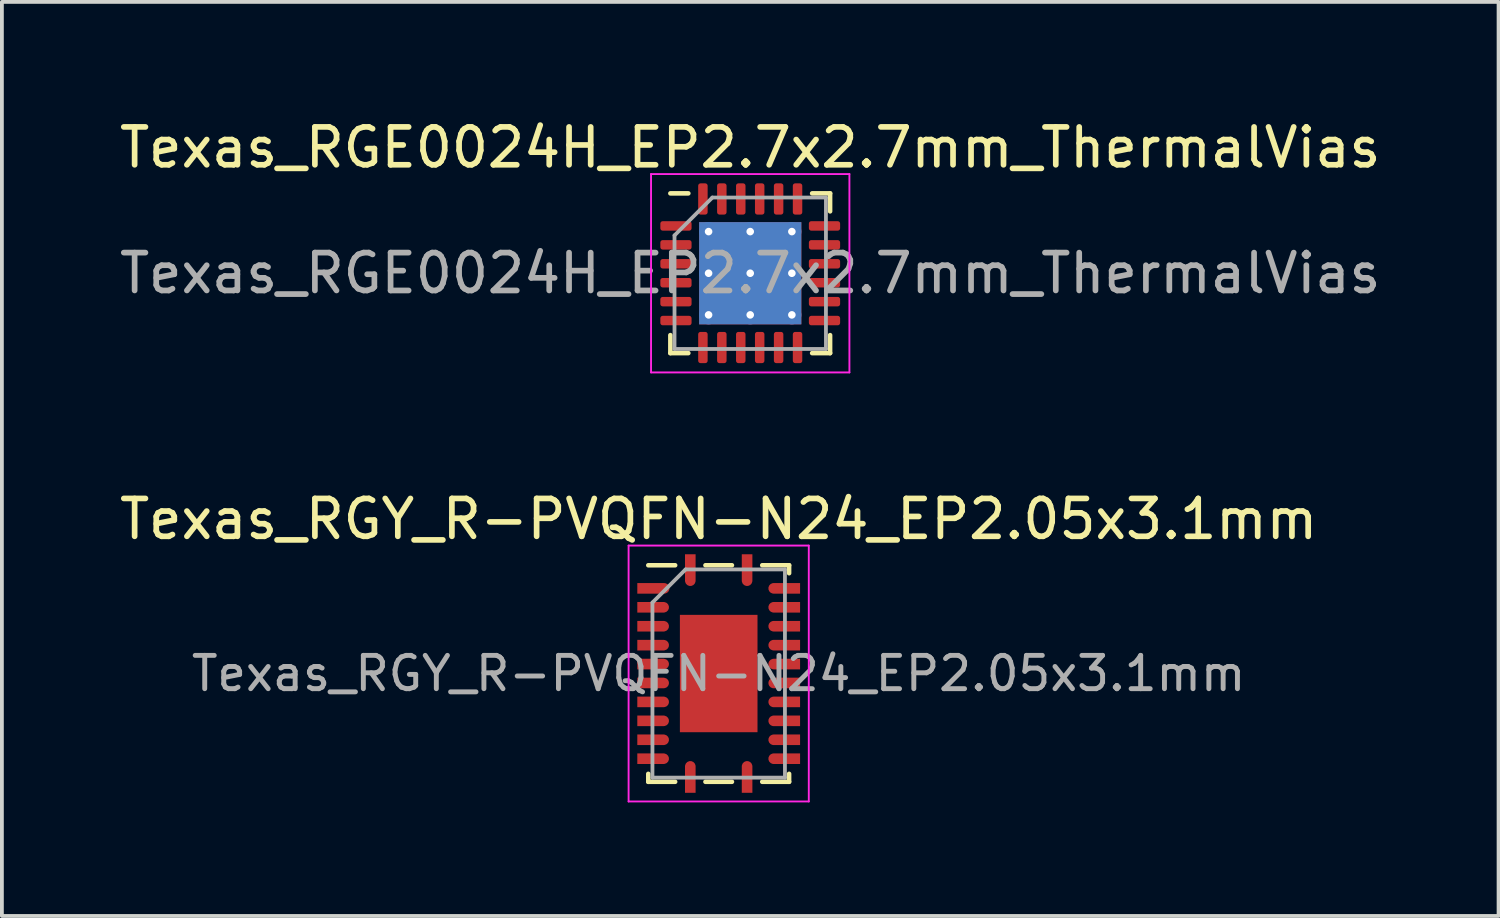
<source format=kicad_pcb>
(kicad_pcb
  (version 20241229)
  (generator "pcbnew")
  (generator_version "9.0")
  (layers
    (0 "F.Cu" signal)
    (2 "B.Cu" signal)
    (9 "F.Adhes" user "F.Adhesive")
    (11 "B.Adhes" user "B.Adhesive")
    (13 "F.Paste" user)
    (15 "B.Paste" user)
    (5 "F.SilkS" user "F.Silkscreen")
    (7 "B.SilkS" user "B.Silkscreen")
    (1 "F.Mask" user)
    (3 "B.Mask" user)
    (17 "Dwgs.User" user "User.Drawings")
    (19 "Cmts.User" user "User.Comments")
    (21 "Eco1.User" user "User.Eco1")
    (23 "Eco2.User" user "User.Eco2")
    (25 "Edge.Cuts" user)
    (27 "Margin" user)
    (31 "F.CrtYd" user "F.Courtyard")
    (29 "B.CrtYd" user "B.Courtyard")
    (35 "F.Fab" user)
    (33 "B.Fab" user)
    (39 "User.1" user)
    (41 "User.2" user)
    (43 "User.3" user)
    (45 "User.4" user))
  (footprint "Texas_RGE0024H_EP2.7x2.7mm_ThermalVias"
    (layer "F.Cu")
    (at 16.768 4.168)
    (property "Reference" "Texas_RGE0024H_EP2.7x2.7mm_ThermalVias" (at 0 -3.32 0) (layer "F.SilkS") (effects (font (size 1 1) (thickness 0.15))))
    (attr smd)
    (fp_line (start -2.11 2.11) (end -2.11 1.635) (stroke (width 0.12) (type solid)) (layer "F.SilkS"))
    (fp_line (start -1.635 -2.11) (end -2.11 -2.11) (stroke (width 0.12) (type solid)) (layer "F.SilkS"))
    (fp_line (start -1.635 2.11) (end -2.11 2.11) (stroke (width 0.12) (type solid)) (layer "F.SilkS"))
    (fp_line (start 1.635 -2.11) (end 2.11 -2.11) (stroke (width 0.12) (type solid)) (layer "F.SilkS"))
    (fp_line (start 1.635 2.11) (end 2.11 2.11) (stroke (width 0.12) (type solid)) (layer "F.SilkS"))
    (fp_line (start 2.11 -2.11) (end 2.11 -1.635) (stroke (width 0.12) (type solid)) (layer "F.SilkS"))
    (fp_line (start 2.11 2.11) (end 2.11 1.635) (stroke (width 0.12) (type solid)) (layer "F.SilkS"))
    (fp_line (start -2.62 -2.62) (end -2.62 2.62) (stroke (width 0.05) (type solid)) (layer "F.CrtYd"))
    (fp_line (start -2.62 2.62) (end 2.62 2.62) (stroke (width 0.05) (type solid)) (layer "F.CrtYd"))
    (fp_line (start 2.62 -2.62) (end -2.62 -2.62) (stroke (width 0.05) (type solid)) (layer "F.CrtYd"))
    (fp_line (start 2.62 2.62) (end 2.62 -2.62) (stroke (width 0.05) (type solid)) (layer "F.CrtYd"))
    (fp_line (start -2 -1) (end -1 -2) (stroke (width 0.1) (type solid)) (layer "F.Fab"))
    (fp_line (start -2 2) (end -2 -1) (stroke (width 0.1) (type solid)) (layer "F.Fab"))
    (fp_line (start -1 -2) (end 2 -2) (stroke (width 0.1) (type solid)) (layer "F.Fab"))
    (fp_line (start 2 -2) (end 2 2) (stroke (width 0.1) (type solid)) (layer "F.Fab"))
    (fp_line (start 2 2) (end -2 2) (stroke (width 0.1) (type solid)) (layer "F.Fab"))
    (fp_text user "${REFERENCE}" (at 0 0 0) (layer "F.Fab") (effects (font (size 1 1) (thickness 0.15))))
    (pad "" smd roundrect (at -0.675 -0.675) (size 1.17 1.17) (layers "F.Paste") (roundrect_rratio 0.214))
    (pad "" smd roundrect (at -0.675 0.675) (size 1.17 1.17) (layers "F.Paste") (roundrect_rratio 0.214))
    (pad "" smd roundrect (at 0.675 -0.675) (size 1.17 1.17) (layers "F.Paste") (roundrect_rratio 0.214))
    (pad "" smd roundrect (at 0.675 0.675) (size 1.17 1.17) (layers "F.Paste") (roundrect_rratio 0.214))
    (pad "1" smd roundrect (at -1.962 -1.25) (size 0.825 0.25) (layers "F.Cu" "F.Mask" "F.Paste") (roundrect_rratio 0.25))
    (pad "2" smd roundrect (at -1.962 -0.75) (size 0.825 0.25) (layers "F.Cu" "F.Mask" "F.Paste") (roundrect_rratio 0.25))
    (pad "3" smd roundrect (at -1.962 -0.25) (size 0.825 0.25) (layers "F.Cu" "F.Mask" "F.Paste") (roundrect_rratio 0.25))
    (pad "4" smd roundrect (at -1.962 0.25) (size 0.825 0.25) (layers "F.Cu" "F.Mask" "F.Paste") (roundrect_rratio 0.25))
    (pad "5" smd roundrect (at -1.962 0.75) (size 0.825 0.25) (layers "F.Cu" "F.Mask" "F.Paste") (roundrect_rratio 0.25))
    (pad "6" smd roundrect (at -1.962 1.25) (size 0.825 0.25) (layers "F.Cu" "F.Mask" "F.Paste") (roundrect_rratio 0.25))
    (pad "7" smd roundrect (at -1.25 1.962) (size 0.25 0.825) (layers "F.Cu" "F.Mask" "F.Paste") (roundrect_rratio 0.25))
    (pad "8" smd roundrect (at -0.75 1.962) (size 0.25 0.825) (layers "F.Cu" "F.Mask" "F.Paste") (roundrect_rratio 0.25))
    (pad "9" smd roundrect (at -0.25 1.962) (size 0.25 0.825) (layers "F.Cu" "F.Mask" "F.Paste") (roundrect_rratio 0.25))
    (pad "10" smd roundrect (at 0.25 1.962) (size 0.25 0.825) (layers "F.Cu" "F.Mask" "F.Paste") (roundrect_rratio 0.25))
    (pad "11" smd roundrect (at 0.75 1.962) (size 0.25 0.825) (layers "F.Cu" "F.Mask" "F.Paste") (roundrect_rratio 0.25))
    (pad "12" smd roundrect (at 1.25 1.962) (size 0.25 0.825) (layers "F.Cu" "F.Mask" "F.Paste") (roundrect_rratio 0.25))
    (pad "13" smd roundrect (at 1.962 1.25) (size 0.825 0.25) (layers "F.Cu" "F.Mask" "F.Paste") (roundrect_rratio 0.25))
    (pad "14" smd roundrect (at 1.962 0.75) (size 0.825 0.25) (layers "F.Cu" "F.Mask" "F.Paste") (roundrect_rratio 0.25))
    (pad "15" smd roundrect (at 1.962 0.25) (size 0.825 0.25) (layers "F.Cu" "F.Mask" "F.Paste") (roundrect_rratio 0.25))
    (pad "16" smd roundrect (at 1.962 -0.25) (size 0.825 0.25) (layers "F.Cu" "F.Mask" "F.Paste") (roundrect_rratio 0.25))
    (pad "17" smd roundrect (at 1.962 -0.75) (size 0.825 0.25) (layers "F.Cu" "F.Mask" "F.Paste") (roundrect_rratio 0.25))
    (pad "18" smd roundrect (at 1.962 -1.25) (size 0.825 0.25) (layers "F.Cu" "F.Mask" "F.Paste") (roundrect_rratio 0.25))
    (pad "19" smd roundrect (at 1.25 -1.962) (size 0.25 0.825) (layers "F.Cu" "F.Mask" "F.Paste") (roundrect_rratio 0.25))
    (pad "20" smd roundrect (at 0.75 -1.962) (size 0.25 0.825) (layers "F.Cu" "F.Mask" "F.Paste") (roundrect_rratio 0.25))
    (pad "21" smd roundrect (at 0.25 -1.962) (size 0.25 0.825) (layers "F.Cu" "F.Mask" "F.Paste") (roundrect_rratio 0.25))
    (pad "22" smd roundrect (at -0.25 -1.962) (size 0.25 0.825) (layers "F.Cu" "F.Mask" "F.Paste") (roundrect_rratio 0.25))
    (pad "23" smd roundrect (at -0.75 -1.962) (size 0.25 0.825) (layers "F.Cu" "F.Mask" "F.Paste") (roundrect_rratio 0.25))
    (pad "24" smd roundrect (at -1.25 -1.962) (size 0.25 0.825) (layers "F.Cu" "F.Mask" "F.Paste") (roundrect_rratio 0.25))
    (pad "25" thru_hole circle (at -1.1 -1.1) (size 0.5 0.5) (drill 0.2) (layers "*.Cu"))
    (pad "25" thru_hole circle (at -1.1 0) (size 0.5 0.5) (drill 0.2) (layers "*.Cu"))
    (pad "25" thru_hole circle (at -1.1 1.1) (size 0.5 0.5) (drill 0.2) (layers "*.Cu"))
    (pad "25" thru_hole circle (at 0 -1.1) (size 0.5 0.5) (drill 0.2) (layers "*.Cu"))
    (pad "25" thru_hole circle (at 0 0) (size 0.5 0.5) (drill 0.2) (layers "*.Cu"))
    (pad "25" smd rect (at 0 0) (size 2.7 2.7) (layers "F.Cu" "F.Mask"))
    (pad "25" smd rect (at 0 0) (size 2.7 2.7) (layers "B.Cu"))
    (pad "25" thru_hole circle (at 0 1.1) (size 0.5 0.5) (drill 0.2) (layers "*.Cu"))
    (pad "25" thru_hole circle (at 1.1 -1.1) (size 0.5 0.5) (drill 0.2) (layers "*.Cu"))
    (pad "25" thru_hole circle (at 1.1 0) (size 0.5 0.5) (drill 0.2) (layers "*.Cu"))
    (pad "25" thru_hole circle (at 1.1 1.1) (size 0.5 0.5) (drill 0.2) (layers "*.Cu")))
  (footprint "Texas_RGY_R-PVQFN-N24_EP2.05x3.1mm"
    (layer "F.Cu")
    (at 15.935 14.742)
    (property "Reference" "Texas_RGY_R-PVQFN-N24_EP2.05x3.1mm" (at 0 -4.08 0) (layer "F.SilkS") (effects (font (size 1 1) (thickness 0.15))))
    (attr smd)
    (fp_line (start -1.86 2.86) (end -1.86 2.65) (stroke (width 0.12) (type solid)) (layer "F.SilkS"))
    (fp_line (start -1.15 -2.86) (end -1.86 -2.86) (stroke (width 0.12) (type solid)) (layer "F.SilkS"))
    (fp_line (start -1.15 2.86) (end -1.86 2.86) (stroke (width 0.12) (type solid)) (layer "F.SilkS"))
    (fp_line (start 0.35 -2.86) (end -0.35 -2.86) (stroke (width 0.12) (type solid)) (layer "F.SilkS"))
    (fp_line (start 0.35 2.86) (end -0.35 2.86) (stroke (width 0.12) (type solid)) (layer "F.SilkS"))
    (fp_line (start 1.15 -2.86) (end 1.86 -2.86) (stroke (width 0.12) (type solid)) (layer "F.SilkS"))
    (fp_line (start 1.15 2.86) (end 1.86 2.86) (stroke (width 0.12) (type solid)) (layer "F.SilkS"))
    (fp_line (start 1.86 -2.86) (end 1.86 -2.65) (stroke (width 0.12) (type solid)) (layer "F.SilkS"))
    (fp_line (start 1.86 2.86) (end 1.86 2.65) (stroke (width 0.12) (type solid)) (layer "F.SilkS"))
    (fp_line (start -2.38 -3.38) (end -2.38 3.38) (stroke (width 0.05) (type solid)) (layer "F.CrtYd"))
    (fp_line (start -2.38 3.38) (end 2.38 3.38) (stroke (width 0.05) (type solid)) (layer "F.CrtYd"))
    (fp_line (start 2.38 -3.38) (end -2.38 -3.38) (stroke (width 0.05) (type solid)) (layer "F.CrtYd"))
    (fp_line (start 2.38 3.38) (end 2.38 -3.38) (stroke (width 0.05) (type solid)) (layer "F.CrtYd"))
    (fp_line (start -1.75 -1.875) (end -0.875 -2.75) (stroke (width 0.1) (type solid)) (layer "F.Fab"))
    (fp_line (start -1.75 2.75) (end -1.75 -1.875) (stroke (width 0.1) (type solid)) (layer "F.Fab"))
    (fp_line (start -0.875 -2.75) (end 1.75 -2.75) (stroke (width 0.1) (type solid)) (layer "F.Fab"))
    (fp_line (start 1.75 -2.75) (end 1.75 2.75) (stroke (width 0.1) (type solid)) (layer "F.Fab"))
    (fp_line (start 1.75 2.75) (end -1.75 2.75) (stroke (width 0.1) (type solid)) (layer "F.Fab"))
    (fp_text user "${REFERENCE}" (at 0 0 0) (layer "F.Fab") (effects (font (size 0.88 0.88) (thickness 0.13))))
    (pad "" smd rect (at -0.56 -0.81) (size 0.82 1.32) (layers "F.Paste"))
    (pad "" smd rect (at -0.56 0.81) (size 0.82 1.32) (layers "F.Paste"))
    (pad "" smd rect (at 0.56 -0.81) (size 0.82 1.32) (layers "F.Paste"))
    (pad "" smd rect (at 0.56 0.81) (size 0.82 1.32) (layers "F.Paste"))
    (pad "1" smd custom (at -0.75 -2.795) (size 0.28 0.71) (layers "F.Cu" "F.Mask" "F.Paste") (options (anchor rect)) (primitives (gr_circle (center 0 0.343) (end 0.14 0.343) (width 0) (fill yes))))
    (pad "2" smd custom (at -1.795 -2.25) (size 0.71 0.28) (layers "F.Cu" "F.Mask" "F.Paste") (options (anchor rect)) (primitives (gr_circle (center 0.355 0) (end 0.495 0) (width 0) (fill yes))))
    (pad "3" smd custom (at -1.795 -1.75) (size 0.71 0.28) (layers "F.Cu" "F.Mask" "F.Paste") (options (anchor rect)) (primitives (gr_circle (center 0.343 0) (end 0.482 0) (width 0) (fill yes))))
    (pad "4" smd custom (at -1.795 -1.25) (size 0.71 0.28) (layers "F.Cu" "F.Mask" "F.Paste") (options (anchor rect)) (primitives (gr_circle (center 0.343 0) (end 0.482 0) (width 0) (fill yes))))
    (pad "5" smd custom (at -1.795 -0.75) (size 0.71 0.28) (layers "F.Cu" "F.Mask" "F.Paste") (options (anchor rect)) (primitives (gr_circle (center 0.343 0) (end 0.482 0) (width 0) (fill yes))))
    (pad "6" smd custom (at -1.795 -0.25) (size 0.71 0.28) (layers "F.Cu" "F.Mask" "F.Paste") (options (anchor rect)) (primitives (gr_circle (center 0.343 0) (end 0.482 0) (width 0) (fill yes))))
    (pad "7" smd custom (at -1.795 0.25) (size 0.71 0.28) (layers "F.Cu" "F.Mask" "F.Paste") (options (anchor rect)) (primitives (gr_circle (center 0.343 0) (end 0.482 0) (width 0) (fill yes))))
    (pad "8" smd custom (at -1.795 0.75) (size 0.71 0.28) (layers "F.Cu" "F.Mask" "F.Paste") (options (anchor rect)) (primitives (gr_circle (center 0.343 0) (end 0.482 0) (width 0) (fill yes))))
    (pad "9" smd custom (at -1.795 1.25) (size 0.71 0.28) (layers "F.Cu" "F.Mask" "F.Paste") (options (anchor rect)) (primitives (gr_circle (center 0.343 0) (end 0.482 0) (width 0) (fill yes))))
    (pad "10" smd custom (at -1.795 1.75) (size 0.71 0.28) (layers "F.Cu" "F.Mask" "F.Paste") (options (anchor rect)) (primitives (gr_circle (center 0.343 0) (end 0.482 0) (width 0) (fill yes))))
    (pad "11" smd custom (at -1.795 2.25) (size 0.71 0.28) (layers "F.Cu" "F.Mask" "F.Paste") (options (anchor rect)) (primitives (gr_circle (center 0.343 0) (end 0.482 0) (width 0) (fill yes))))
    (pad "12" smd custom (at -0.75 2.795) (size 0.28 0.71) (layers "F.Cu" "F.Mask" "F.Paste") (options (anchor rect)) (primitives (gr_circle (center 0 -0.343) (end 0.14 -0.343) (width 0) (fill yes))))
    (pad "13" smd custom (at 0.75 2.795) (size 0.28 0.71) (layers "F.Cu" "F.Mask" "F.Paste") (options (anchor rect)) (primitives (gr_circle (center 0 -0.343) (end 0.14 -0.343) (width 0) (fill yes))))
    (pad "14" smd custom (at 1.795 2.25) (size 0.71 0.28) (layers "F.Cu" "F.Mask" "F.Paste") (options (anchor rect)) (primitives (gr_circle (center -0.343 0) (end -0.203 0) (width 0) (fill yes))))
    (pad "15" smd custom (at 1.795 1.75) (size 0.71 0.28) (layers "F.Cu" "F.Mask" "F.Paste") (options (anchor rect)) (primitives (gr_circle (center -0.343 0) (end -0.203 0) (width 0) (fill yes))))
    (pad "16" smd custom (at 1.795 1.25) (size 0.71 0.28) (layers "F.Cu" "F.Mask" "F.Paste") (options (anchor rect)) (primitives (gr_circle (center -0.343 0) (end -0.203 0) (width 0) (fill yes))))
    (pad "17" smd custom (at 1.795 0.75) (size 0.71 0.28) (layers "F.Cu" "F.Mask" "F.Paste") (options (anchor rect)) (primitives (gr_circle (center -0.343 0) (end -0.203 0) (width 0) (fill yes))))
    (pad "18" smd custom (at 1.795 0.25) (size 0.71 0.28) (layers "F.Cu" "F.Mask" "F.Paste") (options (anchor rect)) (primitives (gr_circle (center -0.343 0) (end -0.203 0) (width 0) (fill yes))))
    (pad "19" smd custom (at 1.795 -0.25) (size 0.71 0.28) (layers "F.Cu" "F.Mask" "F.Paste") (options (anchor rect)) (primitives (gr_circle (center -0.343 0) (end -0.203 0) (width 0) (fill yes))))
    (pad "20" smd custom (at 1.795 -0.75) (size 0.71 0.28) (layers "F.Cu" "F.Mask" "F.Paste") (options (anchor rect)) (primitives (gr_circle (center -0.343 0) (end -0.203 0) (width 0) (fill yes))))
    (pad "21" smd custom (at 1.795 -1.25) (size 0.71 0.28) (layers "F.Cu" "F.Mask" "F.Paste") (options (anchor rect)) (primitives (gr_circle (center -0.343 0) (end -0.203 0) (width 0) (fill yes))))
    (pad "22" smd custom (at 1.795 -1.75) (size 0.71 0.28) (layers "F.Cu" "F.Mask" "F.Paste") (options (anchor rect)) (primitives (gr_circle (center -0.343 0) (end -0.203 0) (width 0) (fill yes))))
    (pad "23" smd custom (at 1.795 -2.25) (size 0.71 0.28) (layers "F.Cu" "F.Mask" "F.Paste") (options (anchor rect)) (primitives (gr_circle (center -0.343 0) (end -0.203 0) (width 0) (fill yes))))
    (pad "24" smd custom (at 0.75 -2.795) (size 0.28 0.71) (layers "F.Cu" "F.Mask" "F.Paste") (options (anchor rect)) (primitives (gr_circle (center 0 0.343) (end 0.14 0.343) (width 0) (fill yes))))
    (pad "25" smd rect (at 0 0) (size 2.05 3.1) (layers "F.Cu" "F.Mask")))
  (gr_rect
    (start -3 -3)
    (end 36.536 21.146)
    (stroke (width 0.1) (type default))
    (fill no)
    (layer "Edge.Cuts")))
</source>
